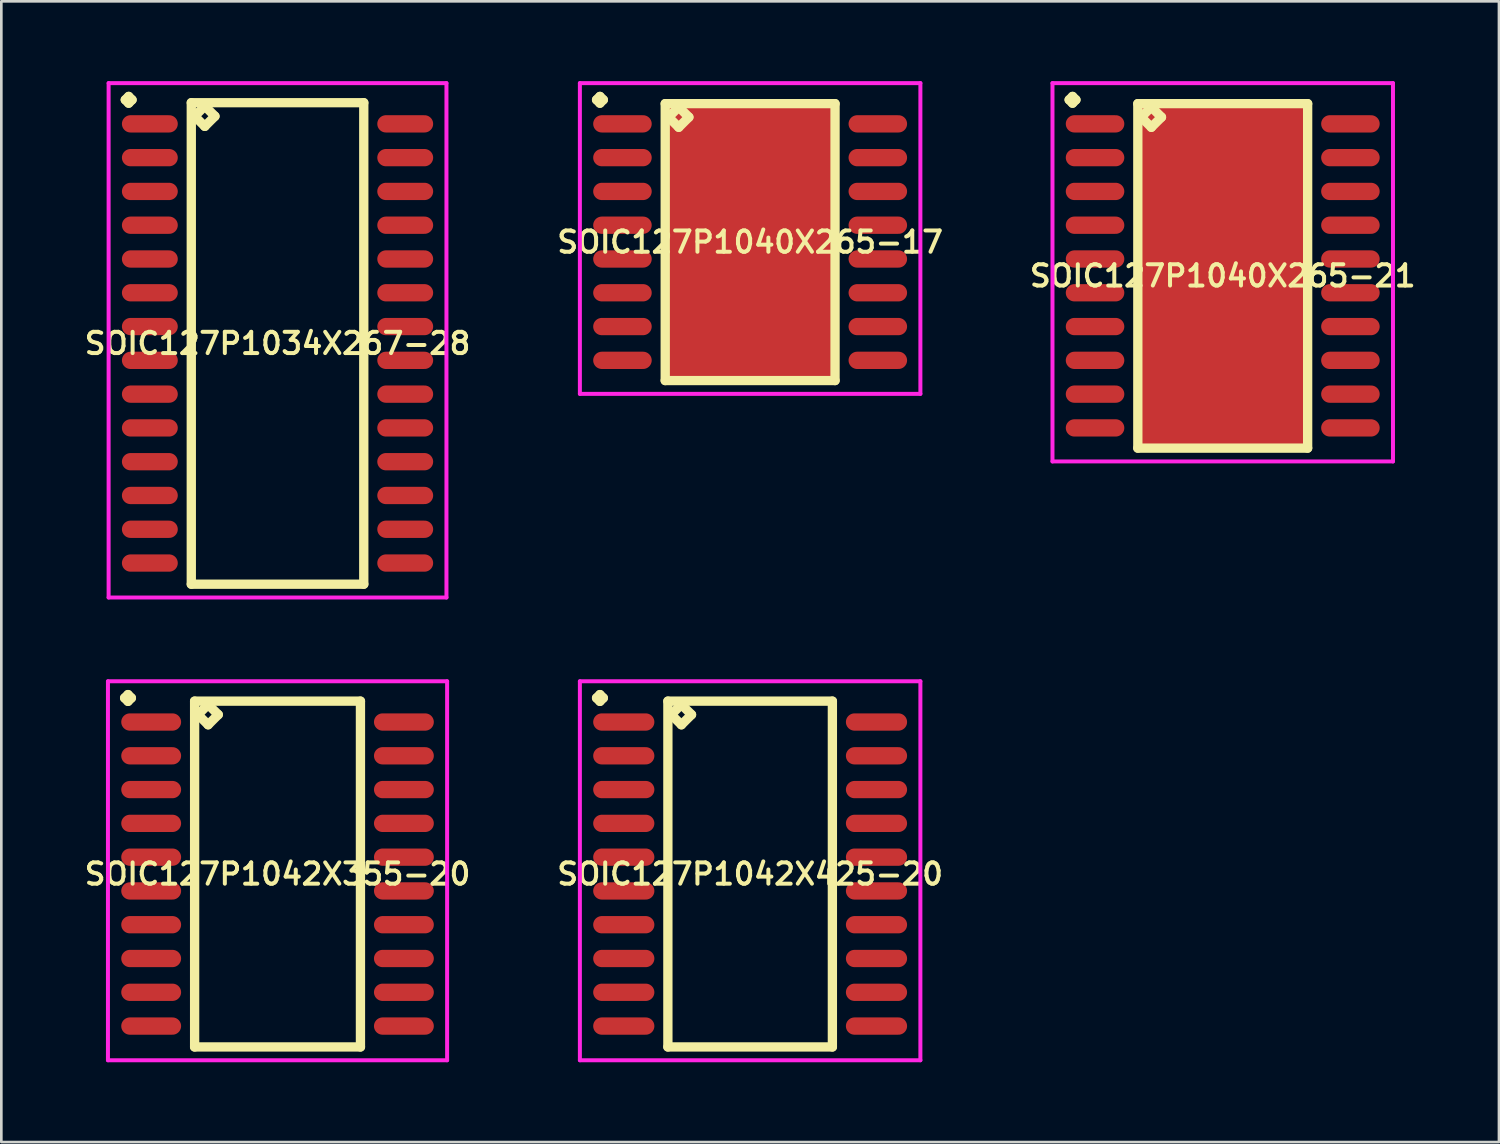
<source format=kicad_pcb>
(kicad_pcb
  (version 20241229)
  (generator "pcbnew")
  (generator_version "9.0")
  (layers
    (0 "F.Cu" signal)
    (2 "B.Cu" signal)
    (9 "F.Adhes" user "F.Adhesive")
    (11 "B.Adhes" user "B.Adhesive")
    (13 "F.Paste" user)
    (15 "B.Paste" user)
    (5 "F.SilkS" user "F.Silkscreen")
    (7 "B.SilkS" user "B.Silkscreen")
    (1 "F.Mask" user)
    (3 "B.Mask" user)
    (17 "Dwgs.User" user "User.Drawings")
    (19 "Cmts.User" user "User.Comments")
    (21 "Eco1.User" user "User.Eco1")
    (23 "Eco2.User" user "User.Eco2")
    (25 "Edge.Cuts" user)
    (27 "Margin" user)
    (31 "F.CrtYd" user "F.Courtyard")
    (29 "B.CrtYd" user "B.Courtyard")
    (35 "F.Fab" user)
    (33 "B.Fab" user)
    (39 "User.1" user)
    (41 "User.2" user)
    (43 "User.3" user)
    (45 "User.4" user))
  (footprint "SOIC127P1042X355-20"
    (layer "F.Cu")
    (at 7.383 29.807)
    (property "Reference" "SOIC127P1042X355-20" (at 0 0 0) (layer "F.SilkS") (effects (font (size 0.8 0.8) (thickness 0.15))))
    (attr smd)
    (fp_line (start -5.748 -6.619) (end -5.621 -6.746) (stroke (width 0.35) (type solid)) (layer "F.SilkS"))
    (fp_line (start -5.621 -6.746) (end -5.494 -6.619) (stroke (width 0.35) (type solid)) (layer "F.SilkS"))
    (fp_line (start -5.621 -6.492) (end -5.748 -6.619) (stroke (width 0.35) (type solid)) (layer "F.SilkS"))
    (fp_line (start -5.494 -6.619) (end -5.621 -6.492) (stroke (width 0.35) (type solid)) (layer "F.SilkS"))
    (fp_line (start -3.117 -6.5) (end -3.117 6.5) (stroke (width 0.35) (type solid)) (layer "F.SilkS"))
    (fp_line (start -3.117 6.5) (end 3.117 6.5) (stroke (width 0.35) (type solid)) (layer "F.SilkS"))
    (fp_line (start -2.99 -5.992) (end -2.609 -6.373) (stroke (width 0.35) (type solid)) (layer "F.SilkS"))
    (fp_line (start -2.609 -6.373) (end -2.228 -5.992) (stroke (width 0.35) (type solid)) (layer "F.SilkS"))
    (fp_line (start -2.609 -5.611) (end -2.99 -5.992) (stroke (width 0.35) (type solid)) (layer "F.SilkS"))
    (fp_line (start -2.228 -5.992) (end -2.609 -5.611) (stroke (width 0.35) (type solid)) (layer "F.SilkS"))
    (fp_line (start 3.117 -6.5) (end -3.117 -6.5) (stroke (width 0.35) (type solid)) (layer "F.SilkS"))
    (fp_line (start 3.117 6.5) (end 3.117 -6.5) (stroke (width 0.35) (type solid)) (layer "F.SilkS"))
    (fp_line (start -6.375 -7.246) (end 6.375 -7.246) (stroke (width 0.15) (type solid)) (layer "F.CrtYd"))
    (fp_line (start -6.375 7) (end -6.375 -7.246) (stroke (width 0.15) (type solid)) (layer "F.CrtYd"))
    (fp_line (start 6.375 -7.246) (end 6.375 7) (stroke (width 0.15) (type solid)) (layer "F.CrtYd"))
    (fp_line (start 6.375 7) (end -6.375 7) (stroke (width 0.15) (type solid)) (layer "F.CrtYd"))
    (pad "1" smd oval (at -4.75 -5.715) (size 2.25 0.65) (layers "F.Cu" "F.Mask" "F.Paste"))
    (pad "2" smd oval (at -4.75 -4.445) (size 2.25 0.65) (layers "F.Cu" "F.Mask" "F.Paste"))
    (pad "3" smd oval (at -4.75 -3.175) (size 2.25 0.65) (layers "F.Cu" "F.Mask" "F.Paste"))
    (pad "4" smd oval (at -4.75 -1.905) (size 2.25 0.65) (layers "F.Cu" "F.Mask" "F.Paste"))
    (pad "5" smd oval (at -4.75 -0.635) (size 2.25 0.65) (layers "F.Cu" "F.Mask" "F.Paste"))
    (pad "6" smd oval (at -4.75 0.635) (size 2.25 0.65) (layers "F.Cu" "F.Mask" "F.Paste"))
    (pad "7" smd oval (at -4.75 1.905) (size 2.25 0.65) (layers "F.Cu" "F.Mask" "F.Paste"))
    (pad "8" smd oval (at -4.75 3.175) (size 2.25 0.65) (layers "F.Cu" "F.Mask" "F.Paste"))
    (pad "9" smd oval (at -4.75 4.445) (size 2.25 0.65) (layers "F.Cu" "F.Mask" "F.Paste"))
    (pad "10" smd oval (at -4.75 5.715) (size 2.25 0.65) (layers "F.Cu" "F.Mask" "F.Paste"))
    (pad "11" smd oval (at 4.75 5.715) (size 2.25 0.65) (layers "F.Cu" "F.Mask" "F.Paste"))
    (pad "12" smd oval (at 4.75 4.445) (size 2.25 0.65) (layers "F.Cu" "F.Mask" "F.Paste"))
    (pad "13" smd oval (at 4.75 3.175) (size 2.25 0.65) (layers "F.Cu" "F.Mask" "F.Paste"))
    (pad "14" smd oval (at 4.75 1.905) (size 2.25 0.65) (layers "F.Cu" "F.Mask" "F.Paste"))
    (pad "15" smd oval (at 4.75 0.635) (size 2.25 0.65) (layers "F.Cu" "F.Mask" "F.Paste"))
    (pad "16" smd oval (at 4.75 -0.635) (size 2.25 0.65) (layers "F.Cu" "F.Mask" "F.Paste"))
    (pad "17" smd oval (at 4.75 -1.905) (size 2.25 0.65) (layers "F.Cu" "F.Mask" "F.Paste"))
    (pad "18" smd oval (at 4.75 -3.175) (size 2.25 0.65) (layers "F.Cu" "F.Mask" "F.Paste"))
    (pad "19" smd oval (at 4.75 -4.445) (size 2.25 0.65) (layers "F.Cu" "F.Mask" "F.Paste"))
    (pad "20" smd oval (at 4.75 -5.715) (size 2.25 0.65) (layers "F.Cu" "F.Mask" "F.Paste")))
  (footprint "SOIC127P1040X265-17"
    (layer "F.Cu")
    (at 25.149 6.051)
    (property "Reference" "SOIC127P1040X265-17" (at 0 0 0) (layer "F.SilkS") (effects (font (size 0.8 0.8) (thickness 0.15))))
    (attr smd)
    (fp_line (start -5.773 -5.349) (end -5.646 -5.476) (stroke (width 0.35) (type solid)) (layer "F.SilkS"))
    (fp_line (start -5.646 -5.476) (end -5.519 -5.349) (stroke (width 0.35) (type solid)) (layer "F.SilkS"))
    (fp_line (start -5.646 -5.222) (end -5.773 -5.349) (stroke (width 0.35) (type solid)) (layer "F.SilkS"))
    (fp_line (start -5.519 -5.349) (end -5.646 -5.222) (stroke (width 0.35) (type solid)) (layer "F.SilkS"))
    (fp_line (start -3.192 -5.205) (end -3.192 5.205) (stroke (width 0.35) (type solid)) (layer "F.SilkS"))
    (fp_line (start -3.192 5.205) (end 3.192 5.205) (stroke (width 0.35) (type solid)) (layer "F.SilkS"))
    (fp_line (start -3.065 -4.697) (end -2.684 -5.078) (stroke (width 0.35) (type solid)) (layer "F.SilkS"))
    (fp_line (start -2.684 -5.078) (end -2.303 -4.697) (stroke (width 0.35) (type solid)) (layer "F.SilkS"))
    (fp_line (start -2.684 -4.316) (end -3.065 -4.697) (stroke (width 0.35) (type solid)) (layer "F.SilkS"))
    (fp_line (start -2.303 -4.697) (end -2.684 -4.316) (stroke (width 0.35) (type solid)) (layer "F.SilkS"))
    (fp_line (start 3.192 -5.205) (end -3.192 -5.205) (stroke (width 0.35) (type solid)) (layer "F.SilkS"))
    (fp_line (start 3.192 5.205) (end 3.192 -5.205) (stroke (width 0.35) (type solid)) (layer "F.SilkS"))
    (fp_line (start -6.4 -5.976) (end 6.4 -5.976) (stroke (width 0.15) (type solid)) (layer "F.CrtYd"))
    (fp_line (start -6.4 5.705) (end -6.4 -5.976) (stroke (width 0.15) (type solid)) (layer "F.CrtYd"))
    (fp_line (start 6.4 -5.976) (end 6.4 5.705) (stroke (width 0.15) (type solid)) (layer "F.CrtYd"))
    (fp_line (start 6.4 5.705) (end -6.4 5.705) (stroke (width 0.15) (type solid)) (layer "F.CrtYd"))
    (pad "1" smd oval (at -4.8 -4.445) (size 2.2 0.65) (layers "F.Cu" "F.Mask" "F.Paste"))
    (pad "2" smd oval (at -4.8 -3.175) (size 2.2 0.65) (layers "F.Cu" "F.Mask" "F.Paste"))
    (pad "3" smd oval (at -4.8 -1.905) (size 2.2 0.65) (layers "F.Cu" "F.Mask" "F.Paste"))
    (pad "4" smd oval (at -4.8 -0.635) (size 2.2 0.65) (layers "F.Cu" "F.Mask" "F.Paste"))
    (pad "5" smd oval (at -4.8 0.635) (size 2.2 0.65) (layers "F.Cu" "F.Mask" "F.Paste"))
    (pad "6" smd oval (at -4.8 1.905) (size 2.2 0.65) (layers "F.Cu" "F.Mask" "F.Paste"))
    (pad "7" smd oval (at -4.8 3.175) (size 2.2 0.65) (layers "F.Cu" "F.Mask" "F.Paste"))
    (pad "8" smd oval (at -4.8 4.445) (size 2.2 0.65) (layers "F.Cu" "F.Mask" "F.Paste"))
    (pad "9" smd oval (at 4.8 4.445) (size 2.2 0.65) (layers "F.Cu" "F.Mask" "F.Paste"))
    (pad "10" smd oval (at 4.8 3.175) (size 2.2 0.65) (layers "F.Cu" "F.Mask" "F.Paste"))
    (pad "11" smd oval (at 4.8 1.905) (size 2.2 0.65) (layers "F.Cu" "F.Mask" "F.Paste"))
    (pad "12" smd oval (at 4.8 0.635) (size 2.2 0.65) (layers "F.Cu" "F.Mask" "F.Paste"))
    (pad "13" smd oval (at 4.8 -0.635) (size 2.2 0.65) (layers "F.Cu" "F.Mask" "F.Paste"))
    (pad "14" smd oval (at 4.8 -1.905) (size 2.2 0.65) (layers "F.Cu" "F.Mask" "F.Paste"))
    (pad "15" smd oval (at 4.8 -3.175) (size 2.2 0.65) (layers "F.Cu" "F.Mask" "F.Paste"))
    (pad "16" smd oval (at 4.8 -4.445) (size 2.2 0.65) (layers "F.Cu" "F.Mask" "F.Paste"))
    (pad "17" smd rect (at 0 0) (size 6.2 10.4) (layers "F.Cu" "F.Mask" "F.Paste")))
  (footprint "SOIC127P1034X267-28"
    (layer "F.Cu")
    (at 7.383 9.861)
    (property "Reference" "SOIC127P1034X267-28" (at 0 0 0) (layer "F.SilkS") (effects (font (size 0.8 0.8) (thickness 0.15))))
    (attr through_hole)
    (fp_line (start -5.723 -9.159) (end -5.596 -9.286) (stroke (width 0.35) (type solid)) (layer "F.SilkS"))
    (fp_line (start -5.596 -9.286) (end -5.469 -9.159) (stroke (width 0.35) (type solid)) (layer "F.SilkS"))
    (fp_line (start -5.596 -9.032) (end -5.723 -9.159) (stroke (width 0.35) (type solid)) (layer "F.SilkS"))
    (fp_line (start -5.469 -9.159) (end -5.596 -9.032) (stroke (width 0.35) (type solid)) (layer "F.SilkS"))
    (fp_line (start -3.242 -9.05) (end -3.242 9.05) (stroke (width 0.35) (type solid)) (layer "F.SilkS"))
    (fp_line (start -3.242 9.05) (end 3.242 9.05) (stroke (width 0.35) (type solid)) (layer "F.SilkS"))
    (fp_line (start -3.115 -8.542) (end -2.734 -8.923) (stroke (width 0.35) (type solid)) (layer "F.SilkS"))
    (fp_line (start -2.734 -8.923) (end -2.353 -8.542) (stroke (width 0.35) (type solid)) (layer "F.SilkS"))
    (fp_line (start -2.734 -8.161) (end -3.115 -8.542) (stroke (width 0.35) (type solid)) (layer "F.SilkS"))
    (fp_line (start -2.353 -8.542) (end -2.734 -8.161) (stroke (width 0.35) (type solid)) (layer "F.SilkS"))
    (fp_line (start 3.242 -9.05) (end -3.242 -9.05) (stroke (width 0.35) (type solid)) (layer "F.SilkS"))
    (fp_line (start 3.242 9.05) (end 3.242 -9.05) (stroke (width 0.35) (type solid)) (layer "F.SilkS"))
    (fp_line (start -6.35 -9.786) (end 6.35 -9.786) (stroke (width 0.15) (type solid)) (layer "F.CrtYd"))
    (fp_line (start -6.35 9.55) (end -6.35 -9.786) (stroke (width 0.15) (type solid)) (layer "F.CrtYd"))
    (fp_line (start 6.35 -9.786) (end 6.35 9.55) (stroke (width 0.15) (type solid)) (layer "F.CrtYd"))
    (fp_line (start 6.35 9.55) (end -6.35 9.55) (stroke (width 0.15) (type solid)) (layer "F.CrtYd"))
    (pad "1" smd oval (at -4.8 -8.255) (size 2.1 0.65) (layers "F.Cu" "F.Mask" "F.Paste"))
    (pad "2" smd oval (at -4.8 -6.985) (size 2.1 0.65) (layers "F.Cu" "F.Mask" "F.Paste"))
    (pad "3" smd oval (at -4.8 -5.715) (size 2.1 0.65) (layers "F.Cu" "F.Mask" "F.Paste"))
    (pad "4" smd oval (at -4.8 -4.445) (size 2.1 0.65) (layers "F.Cu" "F.Mask" "F.Paste"))
    (pad "5" smd oval (at -4.8 -3.175) (size 2.1 0.65) (layers "F.Cu" "F.Mask" "F.Paste"))
    (pad "6" smd oval (at -4.8 -1.905) (size 2.1 0.65) (layers "F.Cu" "F.Mask" "F.Paste"))
    (pad "7" smd oval (at -4.8 -0.635) (size 2.1 0.65) (layers "F.Cu" "F.Mask" "F.Paste"))
    (pad "8" smd oval (at -4.8 0.635) (size 2.1 0.65) (layers "F.Cu" "F.Mask" "F.Paste"))
    (pad "9" smd oval (at -4.8 1.905) (size 2.1 0.65) (layers "F.Cu" "F.Mask" "F.Paste"))
    (pad "10" smd oval (at -4.8 3.175) (size 2.1 0.65) (layers "F.Cu" "F.Mask" "F.Paste"))
    (pad "11" smd oval (at -4.8 4.445) (size 2.1 0.65) (layers "F.Cu" "F.Mask" "F.Paste"))
    (pad "12" smd oval (at -4.8 5.715) (size 2.1 0.65) (layers "F.Cu" "F.Mask" "F.Paste"))
    (pad "13" smd oval (at -4.8 6.985) (size 2.1 0.65) (layers "F.Cu" "F.Mask" "F.Paste"))
    (pad "14" smd oval (at -4.8 8.255) (size 2.1 0.65) (layers "F.Cu" "F.Mask" "F.Paste"))
    (pad "15" smd oval (at 4.8 8.255) (size 2.1 0.65) (layers "F.Cu" "F.Mask" "F.Paste"))
    (pad "16" smd oval (at 4.8 6.985) (size 2.1 0.65) (layers "F.Cu" "F.Mask" "F.Paste"))
    (pad "17" smd oval (at 4.8 5.715) (size 2.1 0.65) (layers "F.Cu" "F.Mask" "F.Paste"))
    (pad "18" smd oval (at 4.8 4.445) (size 2.1 0.65) (layers "F.Cu" "F.Mask" "F.Paste"))
    (pad "19" smd oval (at 4.8 3.175) (size 2.1 0.65) (layers "F.Cu" "F.Mask" "F.Paste"))
    (pad "20" smd oval (at 4.8 1.905) (size 2.1 0.65) (layers "F.Cu" "F.Mask" "F.Paste"))
    (pad "21" smd oval (at 4.8 0.635) (size 2.1 0.65) (layers "F.Cu" "F.Mask" "F.Paste"))
    (pad "22" smd oval (at 4.8 -0.635) (size 2.1 0.65) (layers "F.Cu" "F.Mask" "F.Paste"))
    (pad "23" smd oval (at 4.8 -1.905) (size 2.1 0.65) (layers "F.Cu" "F.Mask" "F.Paste"))
    (pad "24" smd oval (at 4.8 -3.175) (size 2.1 0.65) (layers "F.Cu" "F.Mask" "F.Paste"))
    (pad "25" smd oval (at 4.8 -4.445) (size 2.1 0.65) (layers "F.Cu" "F.Mask" "F.Paste"))
    (pad "26" smd oval (at 4.8 -5.715) (size 2.1 0.65) (layers "F.Cu" "F.Mask" "F.Paste"))
    (pad "27" smd oval (at 4.8 -6.985) (size 2.1 0.65) (layers "F.Cu" "F.Mask" "F.Paste"))
    (pad "28" smd oval (at 4.8 -8.255) (size 2.1 0.65) (layers "F.Cu" "F.Mask" "F.Paste")))
  (footprint "SOIC127P1042X425-20"
    (layer "F.Cu")
    (at 25.149 29.807)
    (property "Reference" "SOIC127P1042X425-20" (at 0 0 0) (layer "F.SilkS") (effects (font (size 0.8 0.8) (thickness 0.15))))
    (attr through_hole)
    (fp_line (start -5.773 -6.619) (end -5.646 -6.746) (stroke (width 0.35) (type solid)) (layer "F.SilkS"))
    (fp_line (start -5.646 -6.746) (end -5.519 -6.619) (stroke (width 0.35) (type solid)) (layer "F.SilkS"))
    (fp_line (start -5.646 -6.492) (end -5.773 -6.619) (stroke (width 0.35) (type solid)) (layer "F.SilkS"))
    (fp_line (start -5.519 -6.619) (end -5.646 -6.492) (stroke (width 0.35) (type solid)) (layer "F.SilkS"))
    (fp_line (start -3.092 -6.5) (end -3.092 6.5) (stroke (width 0.35) (type solid)) (layer "F.SilkS"))
    (fp_line (start -3.092 6.5) (end 3.092 6.5) (stroke (width 0.35) (type solid)) (layer "F.SilkS"))
    (fp_line (start -2.965 -5.992) (end -2.584 -6.373) (stroke (width 0.35) (type solid)) (layer "F.SilkS"))
    (fp_line (start -2.584 -6.373) (end -2.203 -5.992) (stroke (width 0.35) (type solid)) (layer "F.SilkS"))
    (fp_line (start -2.584 -5.611) (end -2.965 -5.992) (stroke (width 0.35) (type solid)) (layer "F.SilkS"))
    (fp_line (start -2.203 -5.992) (end -2.584 -5.611) (stroke (width 0.35) (type solid)) (layer "F.SilkS"))
    (fp_line (start 3.092 -6.5) (end -3.092 -6.5) (stroke (width 0.35) (type solid)) (layer "F.SilkS"))
    (fp_line (start 3.092 6.5) (end 3.092 -6.5) (stroke (width 0.35) (type solid)) (layer "F.SilkS"))
    (fp_line (start -6.4 -7.246) (end 6.4 -7.246) (stroke (width 0.15) (type solid)) (layer "F.CrtYd"))
    (fp_line (start -6.4 7) (end -6.4 -7.246) (stroke (width 0.15) (type solid)) (layer "F.CrtYd"))
    (fp_line (start 6.4 -7.246) (end 6.4 7) (stroke (width 0.15) (type solid)) (layer "F.CrtYd"))
    (fp_line (start 6.4 7) (end -6.4 7) (stroke (width 0.15) (type solid)) (layer "F.CrtYd"))
    (pad "1" smd oval (at -4.75 -5.715) (size 2.3 0.65) (layers "F.Cu" "F.Mask" "F.Paste"))
    (pad "2" smd oval (at -4.75 -4.445) (size 2.3 0.65) (layers "F.Cu" "F.Mask" "F.Paste"))
    (pad "3" smd oval (at -4.75 -3.175) (size 2.3 0.65) (layers "F.Cu" "F.Mask" "F.Paste"))
    (pad "4" smd oval (at -4.75 -1.905) (size 2.3 0.65) (layers "F.Cu" "F.Mask" "F.Paste"))
    (pad "5" smd oval (at -4.75 -0.635) (size 2.3 0.65) (layers "F.Cu" "F.Mask" "F.Paste"))
    (pad "6" smd oval (at -4.75 0.635) (size 2.3 0.65) (layers "F.Cu" "F.Mask" "F.Paste"))
    (pad "7" smd oval (at -4.75 1.905) (size 2.3 0.65) (layers "F.Cu" "F.Mask" "F.Paste"))
    (pad "8" smd oval (at -4.75 3.175) (size 2.3 0.65) (layers "F.Cu" "F.Mask" "F.Paste"))
    (pad "9" smd oval (at -4.75 4.445) (size 2.3 0.65) (layers "F.Cu" "F.Mask" "F.Paste"))
    (pad "10" smd oval (at -4.75 5.715) (size 2.3 0.65) (layers "F.Cu" "F.Mask" "F.Paste"))
    (pad "11" smd oval (at 4.75 5.715) (size 2.3 0.65) (layers "F.Cu" "F.Mask" "F.Paste"))
    (pad "12" smd oval (at 4.75 4.445) (size 2.3 0.65) (layers "F.Cu" "F.Mask" "F.Paste"))
    (pad "13" smd oval (at 4.75 3.175) (size 2.3 0.65) (layers "F.Cu" "F.Mask" "F.Paste"))
    (pad "14" smd oval (at 4.75 1.905) (size 2.3 0.65) (layers "F.Cu" "F.Mask" "F.Paste"))
    (pad "15" smd oval (at 4.75 0.635) (size 2.3 0.65) (layers "F.Cu" "F.Mask" "F.Paste"))
    (pad "16" smd oval (at 4.75 -0.635) (size 2.3 0.65) (layers "F.Cu" "F.Mask" "F.Paste"))
    (pad "17" smd oval (at 4.75 -1.905) (size 2.3 0.65) (layers "F.Cu" "F.Mask" "F.Paste"))
    (pad "18" smd oval (at 4.75 -3.175) (size 2.3 0.65) (layers "F.Cu" "F.Mask" "F.Paste"))
    (pad "19" smd oval (at 4.75 -4.445) (size 2.3 0.65) (layers "F.Cu" "F.Mask" "F.Paste"))
    (pad "20" smd oval (at 4.75 -5.715) (size 2.3 0.65) (layers "F.Cu" "F.Mask" "F.Paste")))
  (footprint "SOIC127P1040X265-21"
    (layer "F.Cu")
    (at 42.915 7.321)
    (property "Reference" "SOIC127P1040X265-21" (at 0 0 0) (layer "F.SilkS") (effects (font (size 0.8 0.8) (thickness 0.15))))
    (attr smd)
    (fp_line (start -5.773 -6.619) (end -5.646 -6.746) (stroke (width 0.35) (type solid)) (layer "F.SilkS"))
    (fp_line (start -5.646 -6.746) (end -5.519 -6.619) (stroke (width 0.35) (type solid)) (layer "F.SilkS"))
    (fp_line (start -5.646 -6.492) (end -5.773 -6.619) (stroke (width 0.35) (type solid)) (layer "F.SilkS"))
    (fp_line (start -5.519 -6.619) (end -5.646 -6.492) (stroke (width 0.35) (type solid)) (layer "F.SilkS"))
    (fp_line (start -3.192 -6.475) (end -3.192 6.475) (stroke (width 0.35) (type solid)) (layer "F.SilkS"))
    (fp_line (start -3.192 6.475) (end 3.192 6.475) (stroke (width 0.35) (type solid)) (layer "F.SilkS"))
    (fp_line (start -3.065 -5.967) (end -2.684 -6.348) (stroke (width 0.35) (type solid)) (layer "F.SilkS"))
    (fp_line (start -2.684 -6.348) (end -2.303 -5.967) (stroke (width 0.35) (type solid)) (layer "F.SilkS"))
    (fp_line (start -2.684 -5.586) (end -3.065 -5.967) (stroke (width 0.35) (type solid)) (layer "F.SilkS"))
    (fp_line (start -2.303 -5.967) (end -2.684 -5.586) (stroke (width 0.35) (type solid)) (layer "F.SilkS"))
    (fp_line (start 3.192 -6.475) (end -3.192 -6.475) (stroke (width 0.35) (type solid)) (layer "F.SilkS"))
    (fp_line (start 3.192 6.475) (end 3.192 -6.475) (stroke (width 0.35) (type solid)) (layer "F.SilkS"))
    (fp_line (start -6.4 -7.246) (end 6.4 -7.246) (stroke (width 0.15) (type solid)) (layer "F.CrtYd"))
    (fp_line (start -6.4 6.975) (end -6.4 -7.246) (stroke (width 0.15) (type solid)) (layer "F.CrtYd"))
    (fp_line (start 6.4 -7.246) (end 6.4 6.975) (stroke (width 0.15) (type solid)) (layer "F.CrtYd"))
    (fp_line (start 6.4 6.975) (end -6.4 6.975) (stroke (width 0.15) (type solid)) (layer "F.CrtYd"))
    (pad "1" smd oval (at -4.8 -5.715) (size 2.2 0.65) (layers "F.Cu" "F.Mask" "F.Paste"))
    (pad "2" smd oval (at -4.8 -4.445) (size 2.2 0.65) (layers "F.Cu" "F.Mask" "F.Paste"))
    (pad "3" smd oval (at -4.8 -3.175) (size 2.2 0.65) (layers "F.Cu" "F.Mask" "F.Paste"))
    (pad "4" smd oval (at -4.8 -1.905) (size 2.2 0.65) (layers "F.Cu" "F.Mask" "F.Paste"))
    (pad "5" smd oval (at -4.8 -0.635) (size 2.2 0.65) (layers "F.Cu" "F.Mask" "F.Paste"))
    (pad "6" smd oval (at -4.8 0.635) (size 2.2 0.65) (layers "F.Cu" "F.Mask" "F.Paste"))
    (pad "7" smd oval (at -4.8 1.905) (size 2.2 0.65) (layers "F.Cu" "F.Mask" "F.Paste"))
    (pad "8" smd oval (at -4.8 3.175) (size 2.2 0.65) (layers "F.Cu" "F.Mask" "F.Paste"))
    (pad "9" smd oval (at -4.8 4.445) (size 2.2 0.65) (layers "F.Cu" "F.Mask" "F.Paste"))
    (pad "10" smd oval (at -4.8 5.715) (size 2.2 0.65) (layers "F.Cu" "F.Mask" "F.Paste"))
    (pad "11" smd oval (at 4.8 5.715) (size 2.2 0.65) (layers "F.Cu" "F.Mask" "F.Paste"))
    (pad "12" smd oval (at 4.8 4.445) (size 2.2 0.65) (layers "F.Cu" "F.Mask" "F.Paste"))
    (pad "13" smd oval (at 4.8 3.175) (size 2.2 0.65) (layers "F.Cu" "F.Mask" "F.Paste"))
    (pad "14" smd oval (at 4.8 1.905) (size 2.2 0.65) (layers "F.Cu" "F.Mask" "F.Paste"))
    (pad "15" smd oval (at 4.8 0.635) (size 2.2 0.65) (layers "F.Cu" "F.Mask" "F.Paste"))
    (pad "16" smd oval (at 4.8 -0.635) (size 2.2 0.65) (layers "F.Cu" "F.Mask" "F.Paste"))
    (pad "17" smd oval (at 4.8 -1.905) (size 2.2 0.65) (layers "F.Cu" "F.Mask" "F.Paste"))
    (pad "18" smd oval (at 4.8 -3.175) (size 2.2 0.65) (layers "F.Cu" "F.Mask" "F.Paste"))
    (pad "19" smd oval (at 4.8 -4.445) (size 2.2 0.65) (layers "F.Cu" "F.Mask" "F.Paste"))
    (pad "20" smd oval (at 4.8 -5.715) (size 2.2 0.65) (layers "F.Cu" "F.Mask" "F.Paste"))
    (pad "21" smd rect (at 0 0) (size 6.2 12.95) (layers "F.Cu" "F.Mask" "F.Paste")))
  (gr_rect
    (start -3 -3)
    (end 53.299 39.882)
    (stroke (width 0.1) (type default))
    (fill no)
    (layer "Edge.Cuts")))
</source>
